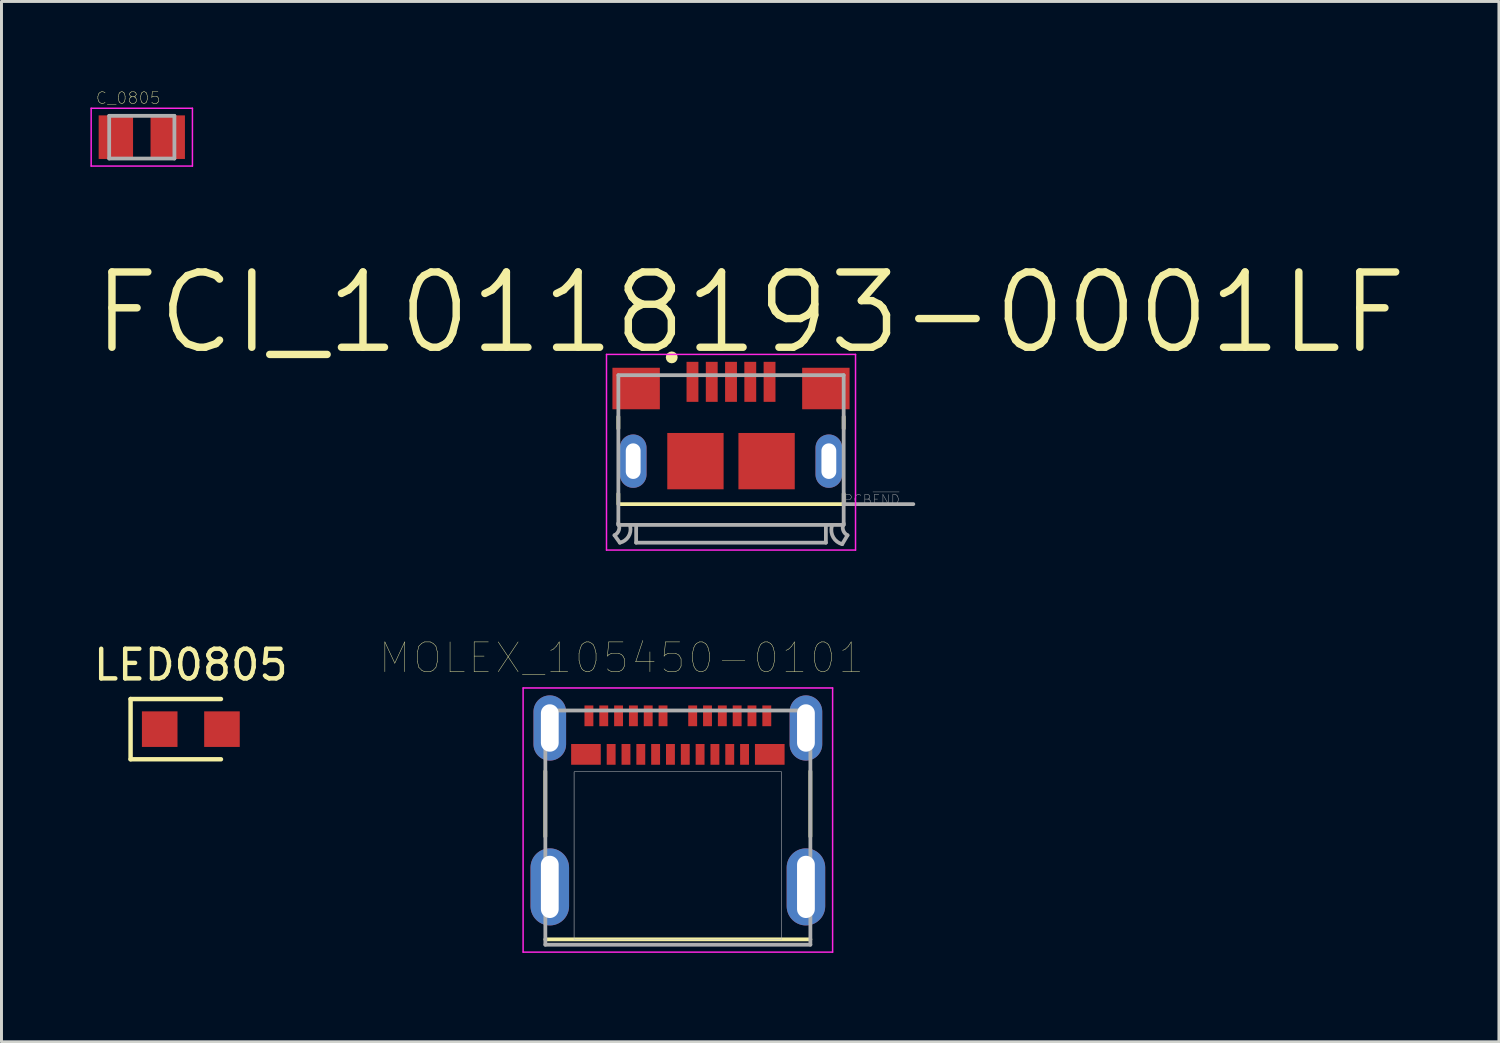
<source format=kicad_pcb>
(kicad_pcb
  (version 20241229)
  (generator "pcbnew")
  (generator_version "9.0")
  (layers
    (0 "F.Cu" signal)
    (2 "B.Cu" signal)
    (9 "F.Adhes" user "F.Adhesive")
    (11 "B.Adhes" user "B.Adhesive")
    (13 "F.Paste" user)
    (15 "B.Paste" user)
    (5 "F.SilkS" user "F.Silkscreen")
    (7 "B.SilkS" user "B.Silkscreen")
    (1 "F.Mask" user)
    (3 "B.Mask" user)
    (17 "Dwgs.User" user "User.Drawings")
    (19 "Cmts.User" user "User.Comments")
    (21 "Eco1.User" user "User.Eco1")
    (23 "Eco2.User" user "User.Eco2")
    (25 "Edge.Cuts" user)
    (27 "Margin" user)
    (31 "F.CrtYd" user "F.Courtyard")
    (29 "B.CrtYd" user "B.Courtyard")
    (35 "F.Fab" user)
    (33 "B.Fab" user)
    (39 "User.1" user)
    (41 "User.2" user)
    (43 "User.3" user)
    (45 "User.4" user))
  (footprint "FCI_10118193-0001LF"
    (layer "F.Cu")
    (at 21.608 12.505)
    (property "Reference" "FCI_10118193-0001LF" (at 0.648 -5.004 0) (layer "F.SilkS") (effects (font (size 2.54 2.54) (thickness 0.25))))
    (attr through_hole)
    (fp_line (start -3.8 -1.5) (end -3.8 -1.1) (stroke (width 0.127) (type solid)) (layer "F.SilkS"))
    (fp_line (start -3.8 1.1) (end -3.8 1.4) (stroke (width 0.127) (type solid)) (layer "F.SilkS"))
    (fp_line (start -3.8 1.45) (end 3.8 1.45) (stroke (width 0.127) (type solid)) (layer "F.SilkS"))
    (fp_line (start 3.8 -1.1) (end 3.8 -1.5) (stroke (width 0.127) (type solid)) (layer "F.SilkS"))
    (fp_line (start 3.8 1.1) (end 3.8 1.4) (stroke (width 0.127) (type solid)) (layer "F.SilkS"))
    (fp_circle (center -2 -3.5) (end -1.9 -3.5) (stroke (width 0.2) (type solid)) (fill no) (layer "F.SilkS"))
    (fp_line (start -4.2 -3.6) (end -4.2 3) (stroke (width 0.05) (type solid)) (layer "F.CrtYd"))
    (fp_line (start -4.2 3) (end 4.2 3) (stroke (width 0.05) (type solid)) (layer "F.CrtYd"))
    (fp_line (start 4.2 -3.6) (end -4.2 -3.6) (stroke (width 0.05) (type solid)) (layer "F.CrtYd"))
    (fp_line (start 4.2 3) (end 4.2 -3.6) (stroke (width 0.05) (type solid)) (layer "F.CrtYd"))
    (fp_line (start -3.93 2.5) (end -3.75 2.75) (stroke (width 0.127) (type solid)) (layer "F.Fab"))
    (fp_line (start -3.8 -2.9) (end 3.8 -2.9) (stroke (width 0.127) (type solid)) (layer "F.Fab"))
    (fp_line (start -3.8 2.1) (end -3.8 -2.9) (stroke (width 0.127) (type solid)) (layer "F.Fab"))
    (fp_line (start -3.8 2.15) (end -3.8 2.1) (stroke (width 0.127) (type solid)) (layer "F.Fab"))
    (fp_line (start -3.2 2.2) (end -3.2 2.75) (stroke (width 0.127) (type solid)) (layer "F.Fab"))
    (fp_line (start -3.2 2.75) (end 3.2 2.75) (stroke (width 0.127) (type solid)) (layer "F.Fab"))
    (fp_line (start 3.2 2.75) (end 3.2 2.2) (stroke (width 0.127) (type solid)) (layer "F.Fab"))
    (fp_line (start 3.8 -2.9) (end 3.8 1.45) (stroke (width 0.127) (type solid)) (layer "F.Fab"))
    (fp_line (start 3.8 1.45) (end 3.8 2.15) (stroke (width 0.127) (type solid)) (layer "F.Fab"))
    (fp_line (start 3.8 1.45) (end 6.15 1.45) (stroke (width 0.127) (type solid)) (layer "F.Fab"))
    (fp_line (start 3.8 2.15) (end -3.8 2.15) (stroke (width 0.127) (type solid)) (layer "F.Fab"))
    (fp_line (start 3.93 2.5) (end 3.75 2.8) (stroke (width 0.127) (type solid)) (layer "F.Fab"))
    (fp_arc (start -3.8 2.1) (mid -3.782157 2.326924) (end -3.93 2.5) (stroke (width 0.127) (type solid)) (layer "F.Fab"))
    (fp_arc (start -3.4 2.2) (mid -3.461091 2.547487) (end -3.75 2.75) (stroke (width 0.127) (type solid)) (layer "F.Fab"))
    (fp_arc (start 3.75 2.8) (mid 3.450736 2.572487) (end 3.4 2.2) (stroke (width 0.127) (type solid)) (layer "F.Fab"))
    (fp_arc (start 3.93 2.5) (mid 3.782157 2.326924) (end 3.8 2.1) (stroke (width 0.127) (type solid)) (layer "F.Fab"))
    (fp_text user "PCB~{END}" (at 4.75 1.3 0) (layer "F.Fab") (effects (font (size 0.32 0.32) (thickness 0.015))))
    (pad "1" smd rect (at -1.3 -2.675) (size 0.4 1.35) (layers "F.Cu" "F.Mask" "F.Paste"))
    (pad "2" smd rect (at -0.65 -2.675) (size 0.4 1.35) (layers "F.Cu" "F.Mask" "F.Paste"))
    (pad "3" smd rect (at 0 -2.675) (size 0.4 1.35) (layers "F.Cu" "F.Mask" "F.Paste"))
    (pad "4" smd rect (at 0.65 -2.675) (size 0.4 1.35) (layers "F.Cu" "F.Mask" "F.Paste"))
    (pad "5" smd rect (at 1.3 -2.675) (size 0.4 1.35) (layers "F.Cu" "F.Mask" "F.Paste"))
    (pad "6" thru_hole oval (at -3.3 0) (size 0.9 1.8) (drill oval 0.5 1.2) (layers "*.Cu" "*.Mask"))
    (pad "6" smd rect (at -3.2 -2.45) (size 1.6 1.4) (layers "F.Cu" "F.Mask" "F.Paste"))
    (pad "6" smd rect (at -1.2 0) (size 1.9 1.9) (layers "F.Cu" "F.Mask" "F.Paste"))
    (pad "6" smd rect (at 1.2 0) (size 1.9 1.9) (layers "F.Cu" "F.Mask" "F.Paste"))
    (pad "6" smd rect (at 3.2 -2.45) (size 1.6 1.4) (layers "F.Cu" "F.Mask" "F.Paste"))
    (pad "6" thru_hole oval (at 3.3 0) (size 0.9 1.8) (drill oval 0.5 1.2) (layers "*.Cu" "*.Mask")))
  (footprint "LED0805"
    (layer "F.Cu")
    (at 3.387 21.545)
    (property "Reference" "LED0805" (at 0 -2.167 0) (layer "F.SilkS") (effects (font (size 1 1) (thickness 0.15))))
    (attr through_hole)
    (fp_line (start -2.032 -1.016) (end -2.032 1.016) (stroke (width 0.15) (type solid)) (layer "F.SilkS"))
    (fp_line (start -2.032 -1.016) (end 1.016 -1.016) (stroke (width 0.15) (type solid)) (layer "F.SilkS"))
    (fp_line (start -2.032 1.016) (end 1.016 1.016) (stroke (width 0.15) (type solid)) (layer "F.SilkS"))
    (pad "1" smd rect (at -1.05 0) (size 1.2 1.2) (layers "F.Cu" "F.Mask" "F.Paste"))
    (pad "2" smd rect (at 1.05 0) (size 1.2 1.2) (layers "F.Cu" "F.Mask" "F.Paste")))
  (footprint "C_0805"
    (layer "F.Cu")
    (at 1.733 1.577)
    (property "Reference" "C_0805" (at -0.46 -1.32 0) (layer "F.SilkS") (effects (font (size 0.394 0.394) (thickness 0.015))))
    (attr through_hole)
    (fp_line (start -1.708 -0.975) (end 1.708 -0.975) (stroke (width 0.05) (type solid)) (layer "F.CrtYd"))
    (fp_line (start -1.708 0.975) (end -1.708 -0.975) (stroke (width 0.05) (type solid)) (layer "F.CrtYd"))
    (fp_line (start -1.708 0.975) (end 1.708 0.975) (stroke (width 0.05) (type solid)) (layer "F.CrtYd"))
    (fp_line (start 1.708 0.975) (end 1.708 -0.975) (stroke (width 0.05) (type solid)) (layer "F.CrtYd"))
    (fp_line (start -1.1 0.72) (end -1.1 -0.72) (stroke (width 0.127) (type solid)) (layer "F.Fab"))
    (fp_line (start 1.1 -0.72) (end -1.1 -0.72) (stroke (width 0.127) (type solid)) (layer "F.Fab"))
    (fp_line (start 1.1 0.72) (end -1.1 0.72) (stroke (width 0.127) (type solid)) (layer "F.Fab"))
    (fp_line (start 1.1 0.72) (end 1.1 -0.72) (stroke (width 0.127) (type solid)) (layer "F.Fab"))
    (pad "1" smd rect (at -0.875 0) (size 1.16 1.47) (layers "F.Cu" "F.Mask" "F.Paste"))
    (pad "2" smd rect (at 0.875 0) (size 1.16 1.47) (layers "F.Cu" "F.Mask" "F.Paste")))
  (footprint "MOLEX_105450-0101"
    (layer "F.Cu")
    (at 19.815 24.866)
    (property "Reference" "MOLEX_105450-0101" (at -1.899 -5.723 0) (layer "F.SilkS") (effects (font (size 1.004 1.004) (thickness 0.015))))
    (attr through_hole)
    (fp_line (start -4.47 0.3) (end -4.47 -1.9) (stroke (width 0.127) (type solid)) (layer "F.SilkS"))
    (fp_line (start -4.47 3.77) (end 4.47 3.77) (stroke (width 0.127) (type solid)) (layer "F.SilkS"))
    (fp_line (start 4.47 0.3) (end 4.47 -1.9) (stroke (width 0.127) (type solid)) (layer "F.SilkS"))
    (fp_poly (pts (xy -3.502 -1.88) (xy 3.5 -1.88) (xy 3.5 3.773) (xy -3.502 3.773)) (stroke (width 0.01) (type solid)) (fill no) (layer "Dwgs.User"))
    (fp_poly (pts (xy -3.501 -1.88) (xy 3.5 -1.88) (xy 3.5 3.771) (xy -3.501 3.771)) (stroke (width 0.01) (type solid)) (fill no) (layer "Dwgs.User"))
    (fp_line (start -5.22 -4.71) (end 5.22 -4.71) (stroke (width 0.05) (type solid)) (layer "F.CrtYd"))
    (fp_line (start -5.22 4.2) (end -5.22 -4.71) (stroke (width 0.05) (type solid)) (layer "F.CrtYd"))
    (fp_line (start 5.22 -4.71) (end 5.22 4.2) (stroke (width 0.05) (type solid)) (layer "F.CrtYd"))
    (fp_line (start 5.22 4.2) (end -5.22 4.2) (stroke (width 0.05) (type solid)) (layer "F.CrtYd"))
    (fp_line (start -4.47 -3.95) (end -4.47 3.95) (stroke (width 0.127) (type solid)) (layer "F.Fab"))
    (fp_line (start -4.47 3.95) (end 4.47 3.95) (stroke (width 0.127) (type solid)) (layer "F.Fab"))
    (fp_line (start 4.47 -3.95) (end -4.47 -3.95) (stroke (width 0.127) (type solid)) (layer "F.Fab"))
    (fp_line (start 4.47 3.95) (end 4.47 -3.95) (stroke (width 0.127) (type solid)) (layer "F.Fab"))
    (pad "A1" smd rect (at -3 -3.77) (size 0.3 0.7) (layers "F.Cu" "F.Mask" "F.Paste"))
    (pad "A2" smd rect (at -2.5 -3.77) (size 0.3 0.7) (layers "F.Cu" "F.Mask" "F.Paste"))
    (pad "A3" smd rect (at -2 -3.77) (size 0.3 0.7) (layers "F.Cu" "F.Mask" "F.Paste"))
    (pad "A4" smd rect (at -1.5 -3.77) (size 0.3 0.7) (layers "F.Cu" "F.Mask" "F.Paste"))
    (pad "A5" smd rect (at -1 -3.77) (size 0.3 0.7) (layers "F.Cu" "F.Mask" "F.Paste"))
    (pad "A6" smd rect (at -0.5 -3.77) (size 0.3 0.7) (layers "F.Cu" "F.Mask" "F.Paste"))
    (pad "A7" smd rect (at 0.5 -3.77) (size 0.3 0.7) (layers "F.Cu" "F.Mask" "F.Paste"))
    (pad "A8" smd rect (at 1 -3.77) (size 0.3 0.7) (layers "F.Cu" "F.Mask" "F.Paste"))
    (pad "A9" smd rect (at 1.5 -3.77) (size 0.3 0.7) (layers "F.Cu" "F.Mask" "F.Paste"))
    (pad "A10" smd rect (at 2 -3.77) (size 0.3 0.7) (layers "F.Cu" "F.Mask" "F.Paste"))
    (pad "A11" smd rect (at 2.5 -3.77) (size 0.3 0.7) (layers "F.Cu" "F.Mask" "F.Paste"))
    (pad "A12" smd rect (at 3 -3.77) (size 0.3 0.7) (layers "F.Cu" "F.Mask" "F.Paste"))
    (pad "B1" smd rect (at 3.1 -2.47) (size 1 0.7) (layers "F.Cu" "F.Mask" "F.Paste"))
    (pad "B2" smd rect (at 2.25 -2.47) (size 0.3 0.7) (layers "F.Cu" "F.Mask" "F.Paste"))
    (pad "B3" smd rect (at 1.75 -2.47) (size 0.3 0.7) (layers "F.Cu" "F.Mask" "F.Paste"))
    (pad "B4" smd rect (at 1.25 -2.47) (size 0.3 0.7) (layers "F.Cu" "F.Mask" "F.Paste"))
    (pad "B5" smd rect (at 0.75 -2.47) (size 0.3 0.7) (layers "F.Cu" "F.Mask" "F.Paste"))
    (pad "B6" smd rect (at 0.25 -2.47) (size 0.3 0.7) (layers "F.Cu" "F.Mask" "F.Paste"))
    (pad "B7" smd rect (at -0.25 -2.47) (size 0.3 0.7) (layers "F.Cu" "F.Mask" "F.Paste"))
    (pad "B8" smd rect (at -0.75 -2.47) (size 0.3 0.7) (layers "F.Cu" "F.Mask" "F.Paste"))
    (pad "B9" smd rect (at -1.25 -2.47) (size 0.3 0.7) (layers "F.Cu" "F.Mask" "F.Paste"))
    (pad "B10" smd rect (at -1.75 -2.47) (size 0.3 0.7) (layers "F.Cu" "F.Mask" "F.Paste"))
    (pad "B11" smd rect (at -2.25 -2.47) (size 0.3 0.7) (layers "F.Cu" "F.Mask" "F.Paste"))
    (pad "B12" smd rect (at -3.1 -2.47) (size 1 0.7) (layers "F.Cu" "F.Mask" "F.Paste"))
    (pad "S1" thru_hole oval (at -4.32 -3.36) (size 1.1 2.2) (drill oval 0.6 1.6) (layers "*.Cu" "*.Mask"))
    (pad "S1" thru_hole oval (at -4.32 2) (size 1.3 2.6) (drill oval 0.6 2.1) (layers "*.Cu" "*.Mask"))
    (pad "S1" thru_hole oval (at 4.32 -3.36) (size 1.1 2.2) (drill oval 0.6 1.6) (layers "*.Cu" "*.Mask"))
    (pad "S1" thru_hole oval (at 4.32 2) (size 1.3 2.6) (drill oval 0.6 2.1) (layers "*.Cu" "*.Mask")))
  (gr_rect
    (start -3 -3)
    (end 47.511 32.091)
    (stroke (width 0.1) (type default))
    (fill no)
    (layer "Edge.Cuts")))
</source>
